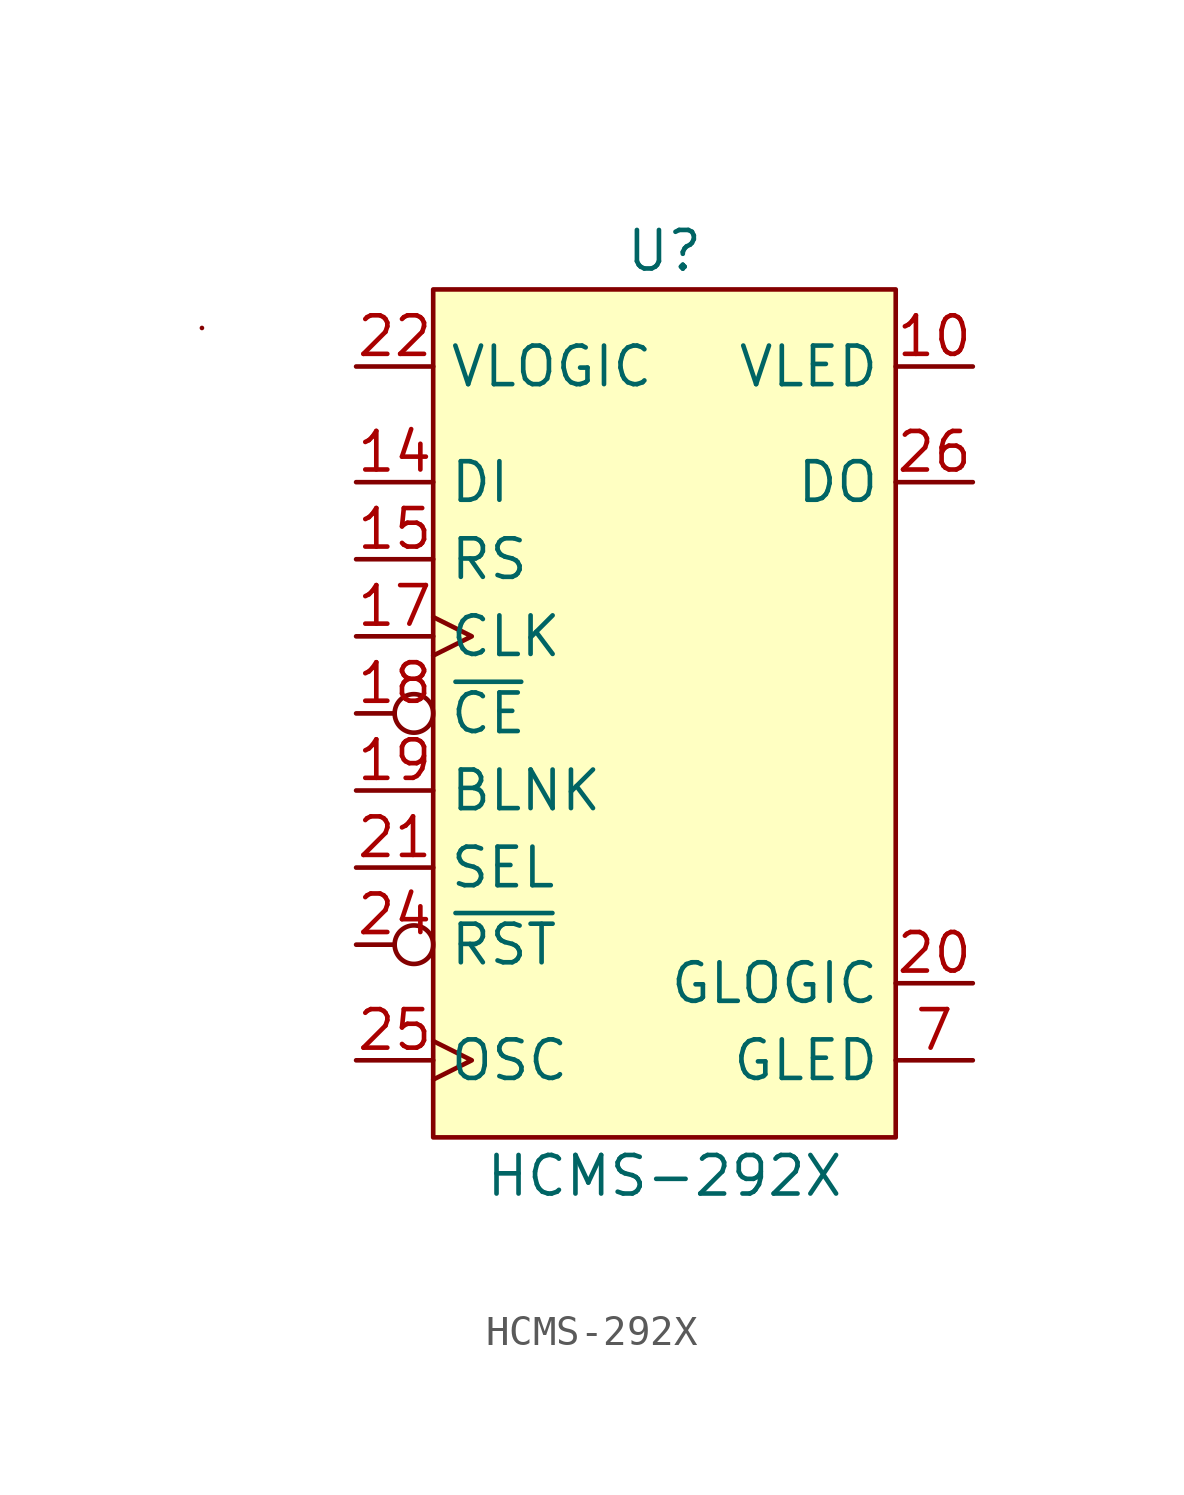
<source format=kicad_sym>
(kicad_symbol_lib
  (version 20220914)
  (generator kicad_symbol_editor)
  (symbol "HCMS-292X"
    (property "Reference" "U"
      (at 0 15.24 0)
      (effects (font (size 1.27 1.27))))
    (property "Value" "HCMS-292X"
      (at 0 -15.24 0)
      (effects (font (size 1.27 1.27))))
    (symbol "HCMS-292X_0_1"
      (rectangle (start -15.24 12.7) (end -15.24 12.7) (stroke (width 0.152) (type default)) (fill (type none)))
      (rectangle (start -7.62 13.97) (end 7.62 -13.97) (stroke (width 0.152) (type default)) (fill (type background))))
    (symbol "HCMS-292X_1_1"
      (pin power_in line (at 10.16 11.43 180) (length 2.54) (name "VLED" (effects (font (size 1.27 1.27)))) (number "10" (effects (font (size 1.27 1.27)))))
      (pin input line (at -10.16 7.62 0) (length 2.54) (name "DI" (effects (font (size 1.27 1.27)))) (number "14" (effects (font (size 1.27 1.27)))))
      (pin input line (at -10.16 5.08 0) (length 2.54) (name "RS" (effects (font (size 1.27 1.27)))) (number "15" (effects (font (size 1.27 1.27)))))
      (pin input clock (at -10.16 2.54 0) (length 2.54) (name "CLK" (effects (font (size 1.27 1.27)))) (number "17" (effects (font (size 1.27 1.27)))))
      (pin input inverted (at -10.16 0 0) (length 2.54) (name "~{CE}" (effects (font (size 1.27 1.27)))) (number "18" (effects (font (size 1.27 1.27)))))
      (pin input line (at -10.16 -2.54 0) (length 2.54) (name "BLNK" (effects (font (size 1.27 1.27)))) (number "19" (effects (font (size 1.27 1.27)))))
      (pin passive line (at 10.16 -8.89 180) (length 2.54) (name "GLOGIC" (effects (font (size 1.27 1.27)))) (number "20" (effects (font (size 1.27 1.27)))))
      (pin input line (at -10.16 -5.08 0) (length 2.54) (name "SEL" (effects (font (size 1.27 1.27)))) (number "21" (effects (font (size 1.27 1.27)))))
      (pin power_in line (at -10.16 11.43 0) (length 2.54) (name "VLOGIC" (effects (font (size 1.27 1.27)))) (number "22" (effects (font (size 1.27 1.27)))))
      (pin input inverted (at -10.16 -7.62 0) (length 2.54) (name "~{RST}" (effects (font (size 1.27 1.27)))) (number "24" (effects (font (size 1.27 1.27)))))
      (pin input clock (at -10.16 -11.43 0) (length 2.54) (name "OSC" (effects (font (size 1.27 1.27)))) (number "25" (effects (font (size 1.27 1.27)))))
      (pin output line (at 10.16 7.62 180) (length 2.54) (name "DO" (effects (font (size 1.27 1.27)))) (number "26" (effects (font (size 1.27 1.27)))))
      (pin passive line (at 10.16 11.43 180) (length 2.54) hide (name "VLED" (effects (font (size 1.27 1.27)))) (number "3" (effects (font (size 1.27 1.27)))))
      (pin passive line (at 10.16 -11.43 180) (length 2.54) (name "GLED" (effects (font (size 1.27 1.27)))) (number "7" (effects (font (size 1.27 1.27))))))))
</source>
